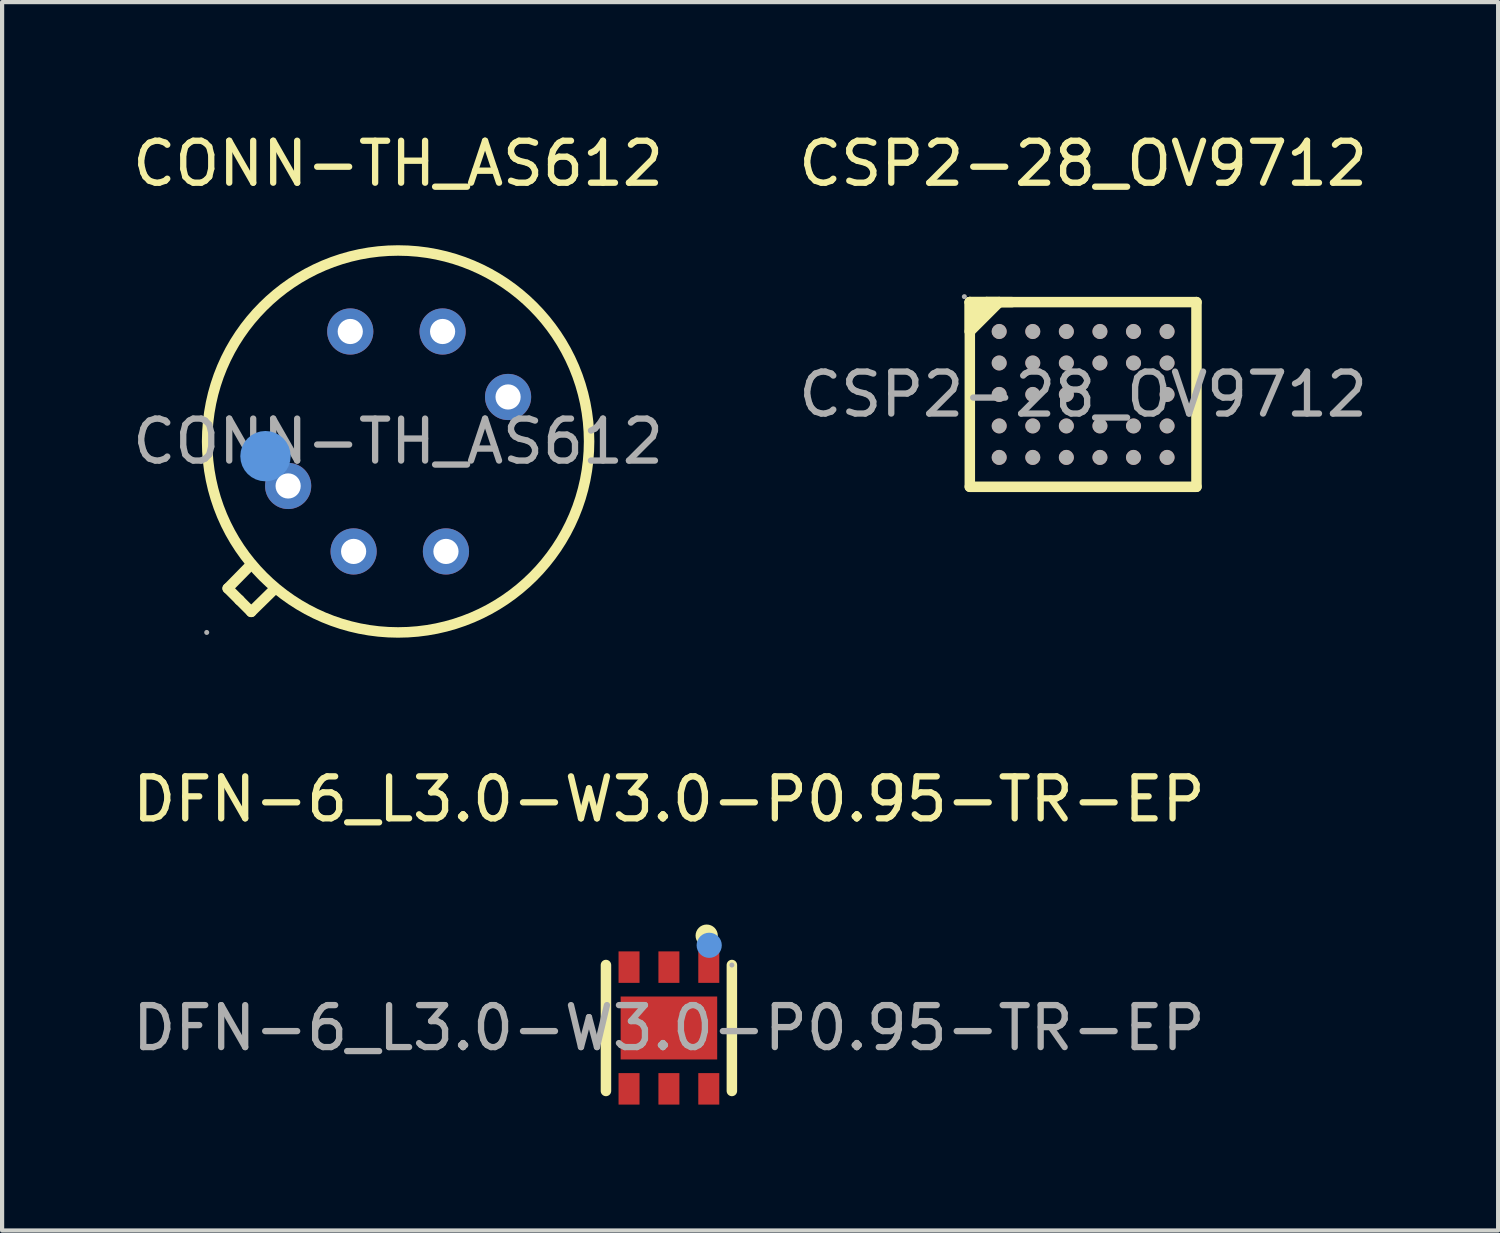
<source format=kicad_pcb>
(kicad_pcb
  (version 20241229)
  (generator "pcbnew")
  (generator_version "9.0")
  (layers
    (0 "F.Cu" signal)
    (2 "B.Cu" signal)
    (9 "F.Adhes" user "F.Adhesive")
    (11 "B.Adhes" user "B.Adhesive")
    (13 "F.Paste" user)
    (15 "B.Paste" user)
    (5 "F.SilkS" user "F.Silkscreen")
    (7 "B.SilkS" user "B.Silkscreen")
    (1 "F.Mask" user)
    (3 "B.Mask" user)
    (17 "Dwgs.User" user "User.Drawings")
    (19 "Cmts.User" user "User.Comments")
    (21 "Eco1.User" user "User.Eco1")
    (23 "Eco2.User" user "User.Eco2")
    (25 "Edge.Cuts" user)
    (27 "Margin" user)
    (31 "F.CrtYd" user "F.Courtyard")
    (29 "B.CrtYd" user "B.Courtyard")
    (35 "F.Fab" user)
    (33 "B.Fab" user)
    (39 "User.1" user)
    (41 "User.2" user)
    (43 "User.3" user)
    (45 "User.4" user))
  (footprint "CONN-TH_AS612"
    (layer "F.Cu")
    (at 6.435 7.468)
    (property "Reference" "CONN-TH_AS612" (at 0 -6.62 0) (layer "F.SilkS") (effects (font (size 1 1) (thickness 0.15))))
    (attr through_hole)
    (fp_line (start -4.06 3.5) (end -3.5 2.93) (stroke (width 0.25) (type solid)) (layer "F.SilkS"))
    (fp_line (start -3.78 3.78) (end -4.06 3.5) (stroke (width 0.25) (type solid)) (layer "F.SilkS"))
    (fp_line (start -3.78 3.78) (end -3.5 4.06) (stroke (width 0.25) (type solid)) (layer "F.SilkS"))
    (fp_line (start -3.5 2.93) (end -3.49 2.93) (stroke (width 0.25) (type solid)) (layer "F.SilkS"))
    (fp_line (start -3.5 4.06) (end -2.96 3.53) (stroke (width 0.25) (type solid)) (layer "F.SilkS"))
    (fp_line (start -2.96 3.53) (end -2.96 3.52) (stroke (width 0.25) (type solid)) (layer "F.SilkS"))
    (fp_circle (center 0 0) (end 4.55 0) (stroke (width 0.25) (type solid)) (fill no) (layer "F.SilkS"))
    (fp_circle (center -3.16 0.35) (end -2.86 0.35) (stroke (width 0.6) (type solid)) (fill no) (layer "Cmts.User"))
    (fp_circle (center -4.56 4.55) (end -4.53 4.55) (stroke (width 0.06) (type solid)) (fill no) (layer "F.Fab"))
    (fp_circle (center -2.62 1.06) (end -2.51 1.06) (stroke (width 0.22) (type solid)) (fill no) (layer "F.Fab"))
    (fp_circle (center -1.14 -2.62) (end -1.03 -2.62) (stroke (width 0.22) (type solid)) (fill no) (layer "F.Fab"))
    (fp_circle (center -1.06 2.62) (end -0.95 2.62) (stroke (width 0.22) (type solid)) (fill no) (layer "F.Fab"))
    (fp_circle (center 1.06 -2.62) (end 1.17 -2.62) (stroke (width 0.22) (type solid)) (fill no) (layer "F.Fab"))
    (fp_circle (center 1.14 2.62) (end 1.25 2.62) (stroke (width 0.22) (type solid)) (fill no) (layer "F.Fab"))
    (fp_circle (center 2.62 -1.06) (end 2.73 -1.06) (stroke (width 0.22) (type solid)) (fill no) (layer "F.Fab"))
    (fp_text user "${REFERENCE}" (at 0 0 0) (layer "F.Fab") (effects (font (size 1 1) (thickness 0.15))))
    (pad "1" thru_hole circle (at -2.62 1.06 90) (size 1.1 1.1) (drill 0.6) (layers "*.Cu" "*.Paste" "*.Mask"))
    (pad "2" thru_hole circle (at -1.06 2.62 270) (size 1.1 1.1) (drill 0.6) (layers "*.Cu" "*.Paste" "*.Mask"))
    (pad "3" thru_hole circle (at 1.14 2.62 270) (size 1.1 1.1) (drill 0.6) (layers "*.Cu" "*.Paste" "*.Mask"))
    (pad "4" thru_hole circle (at 2.62 -1.06 90) (size 1.1 1.1) (drill 0.6) (layers "*.Cu" "*.Paste" "*.Mask"))
    (pad "5" thru_hole circle (at 1.06 -2.62 90) (size 1.1 1.1) (drill 0.6) (layers "*.Cu" "*.Paste" "*.Mask"))
    (pad "6" thru_hole circle (at -1.14 -2.62 90) (size 1.1 1.1) (drill 0.6) (layers "*.Cu" "*.Paste" "*.Mask")))
  (footprint "DFN-6_L3.0-W3.0-P0.95-TR-EP"
    (layer "F.Cu")
    (at 12.887 21.442)
    (property "Reference" "DFN-6_L3.0-W3.0-P0.95-TR-EP" (at 0 -5.45 0) (layer "F.SilkS") (effects (font (size 1 1) (thickness 0.15))))
    (attr through_hole)
    (fp_line (start -1.5 1.5) (end -1.5 -1.5) (stroke (width 0.25) (type solid)) (layer "F.SilkS"))
    (fp_line (start 1.5 1.5) (end 1.5 -1.5) (stroke (width 0.25) (type solid)) (layer "F.SilkS"))
    (fp_circle (center 0.9 -2.2) (end 1.04 -2.2) (stroke (width 0.25) (type solid)) (fill no) (layer "F.SilkS"))
    (fp_circle (center 0.96 -1.97) (end 1.11 -1.97) (stroke (width 0.3) (type solid)) (fill no) (layer "Cmts.User"))
    (fp_circle (center 1.5 -1.5) (end 1.53 -1.5) (stroke (width 0.06) (type solid)) (fill no) (layer "F.Fab"))
    (fp_text user "${REFERENCE}" (at 0 0 0) (layer "F.Fab") (effects (font (size 1 1) (thickness 0.15))))
    (pad "1" smd rect (at 0.95 -1.45) (size 0.5 0.75) (layers "F.Cu" "F.Mask" "F.Paste"))
    (pad "2" smd rect (at 0 -1.45) (size 0.5 0.75) (layers "F.Cu" "F.Mask" "F.Paste"))
    (pad "3" smd rect (at -0.95 -1.45) (size 0.5 0.75) (layers "F.Cu" "F.Mask" "F.Paste"))
    (pad "4" smd rect (at -0.95 1.45) (size 0.5 0.75) (layers "F.Cu" "F.Mask" "F.Paste"))
    (pad "5" smd rect (at 0 1.45) (size 0.5 0.75) (layers "F.Cu" "F.Mask" "F.Paste"))
    (pad "6" smd rect (at 0.95 1.45) (size 0.5 0.75) (layers "F.Cu" "F.Mask" "F.Paste"))
    (pad "7" smd rect (at 0 0 90) (size 1.5 2.3) (layers "F.Cu" "F.Mask" "F.Paste")))
  (footprint "CSP2-28_OV9712"
    (layer "F.Cu")
    (at 22.756 6.348)
    (property "Reference" "CSP2-28_OV9712" (at 0 -5.5 0) (layer "F.SilkS") (effects (font (size 1 1) (thickness 0.15))))
    (attr through_hole)
    (fp_line (start -2.7 -2.2) (end -2.7 -1.5) (stroke (width 0.25) (type solid)) (layer "F.SilkS"))
    (fp_line (start -2.7 -2.2) (end 2.7 -2.2) (stroke (width 0.25) (type solid)) (layer "F.SilkS"))
    (fp_line (start -2.7 -1.5) (end -2 -2.2) (stroke (width 0.25) (type solid)) (layer "F.SilkS"))
    (fp_line (start -2.7 2.2) (end -2.7 -2.2) (stroke (width 0.25) (type solid)) (layer "F.SilkS"))
    (fp_line (start -2.3 -2.2) (end -2.6 -1.9) (stroke (width 0.25) (type solid)) (layer "F.SilkS"))
    (fp_line (start -2 -2.2) (end -2.3 -2.2) (stroke (width 0.25) (type solid)) (layer "F.SilkS"))
    (fp_line (start -1.7 -2.2) (end -2.7 -2.2) (stroke (width 0.25) (type solid)) (layer "F.SilkS"))
    (fp_line (start 2.7 -2.2) (end 2.7 2.2) (stroke (width 0.25) (type solid)) (layer "F.SilkS"))
    (fp_line (start 2.7 2.2) (end -2.7 2.2) (stroke (width 0.25) (type solid)) (layer "F.SilkS"))
    (fp_circle (center -2.83 -2.33) (end -2.8 -2.33) (stroke (width 0.06) (type solid)) (fill no) (layer "F.Fab"))
    (fp_circle (center -2 -1.5) (end -1.91 -1.5) (stroke (width 0.18) (type solid)) (fill no) (layer "F.Fab"))
    (fp_circle (center -2 -0.75) (end -1.91 -0.75) (stroke (width 0.18) (type solid)) (fill no) (layer "F.Fab"))
    (fp_circle (center -2 0) (end -1.91 0) (stroke (width 0.18) (type solid)) (fill no) (layer "F.Fab"))
    (fp_circle (center -2 0.75) (end -1.91 0.75) (stroke (width 0.18) (type solid)) (fill no) (layer "F.Fab"))
    (fp_circle (center -2 1.5) (end -1.91 1.5) (stroke (width 0.18) (type solid)) (fill no) (layer "F.Fab"))
    (fp_circle (center -1.2 -1.5) (end -1.11 -1.5) (stroke (width 0.18) (type solid)) (fill no) (layer "F.Fab"))
    (fp_circle (center -1.2 -0.75) (end -1.11 -0.75) (stroke (width 0.18) (type solid)) (fill no) (layer "F.Fab"))
    (fp_circle (center -1.2 0) (end -1.11 0) (stroke (width 0.18) (type solid)) (fill no) (layer "F.Fab"))
    (fp_circle (center -1.2 0.75) (end -1.11 0.75) (stroke (width 0.18) (type solid)) (fill no) (layer "F.Fab"))
    (fp_circle (center -1.2 1.5) (end -1.11 1.5) (stroke (width 0.18) (type solid)) (fill no) (layer "F.Fab"))
    (fp_circle (center -0.4 -1.5) (end -0.31 -1.5) (stroke (width 0.18) (type solid)) (fill no) (layer "F.Fab"))
    (fp_circle (center -0.4 -0.75) (end -0.31 -0.75) (stroke (width 0.18) (type solid)) (fill no) (layer "F.Fab"))
    (fp_circle (center -0.4 0) (end -0.31 0) (stroke (width 0.18) (type solid)) (fill no) (layer "F.Fab"))
    (fp_circle (center -0.4 0.75) (end -0.31 0.75) (stroke (width 0.18) (type solid)) (fill no) (layer "F.Fab"))
    (fp_circle (center -0.4 1.5) (end -0.31 1.5) (stroke (width 0.18) (type solid)) (fill no) (layer "F.Fab"))
    (fp_circle (center 0.4 -1.5) (end 0.49 -1.5) (stroke (width 0.18) (type solid)) (fill no) (layer "F.Fab"))
    (fp_circle (center 0.4 -0.75) (end 0.49 -0.75) (stroke (width 0.18) (type solid)) (fill no) (layer "F.Fab"))
    (fp_circle (center 0.4 0.75) (end 0.49 0.75) (stroke (width 0.18) (type solid)) (fill no) (layer "F.Fab"))
    (fp_circle (center 0.4 1.5) (end 0.49 1.5) (stroke (width 0.18) (type solid)) (fill no) (layer "F.Fab"))
    (fp_circle (center 1.2 -1.5) (end 1.29 -1.5) (stroke (width 0.18) (type solid)) (fill no) (layer "F.Fab"))
    (fp_circle (center 1.2 -0.75) (end 1.29 -0.75) (stroke (width 0.18) (type solid)) (fill no) (layer "F.Fab"))
    (fp_circle (center 1.2 0.75) (end 1.29 0.75) (stroke (width 0.18) (type solid)) (fill no) (layer "F.Fab"))
    (fp_circle (center 1.2 1.5) (end 1.29 1.5) (stroke (width 0.18) (type solid)) (fill no) (layer "F.Fab"))
    (fp_circle (center 2 -1.5) (end 2.09 -1.5) (stroke (width 0.18) (type solid)) (fill no) (layer "F.Fab"))
    (fp_circle (center 2 -0.75) (end 2.09 -0.75) (stroke (width 0.18) (type solid)) (fill no) (layer "F.Fab"))
    (fp_circle (center 2 0) (end 2.09 0) (stroke (width 0.18) (type solid)) (fill no) (layer "F.Fab"))
    (fp_circle (center 2 0.75) (end 2.09 0.75) (stroke (width 0.18) (type solid)) (fill no) (layer "F.Fab"))
    (fp_circle (center 2 1.5) (end 2.09 1.5) (stroke (width 0.18) (type solid)) (fill no) (layer "F.Fab"))
    (fp_text user "${REFERENCE}" (at 0 0 0) (layer "F.Fab") (effects (font (size 1 1) (thickness 0.15))))
    (pad "A1" smd circle (at -2 -1.5) (size 0.35 0.35) (layers "F.Cu" "F.Mask" "F.Paste"))
    (pad "A2" smd circle (at -1.2 -1.5) (size 0.35 0.35) (layers "F.Cu" "F.Mask" "F.Paste"))
    (pad "A3" smd circle (at -0.4 -1.5) (size 0.35 0.35) (layers "F.Cu" "F.Mask" "F.Paste"))
    (pad "A4" smd circle (at 0.4 -1.5) (size 0.35 0.35) (layers "F.Cu" "F.Mask" "F.Paste"))
    (pad "A5" smd circle (at 1.2 -1.5) (size 0.35 0.35) (layers "F.Cu" "F.Mask" "F.Paste"))
    (pad "A6" smd circle (at 2 -1.5) (size 0.35 0.35) (layers "F.Cu" "F.Mask" "F.Paste"))
    (pad "B1" smd circle (at -2 -0.75) (size 0.35 0.35) (layers "F.Cu" "F.Mask" "F.Paste"))
    (pad "B2" smd circle (at -1.2 -0.75) (size 0.35 0.35) (layers "F.Cu" "F.Mask" "F.Paste"))
    (pad "B3" smd circle (at -0.4 -0.75) (size 0.35 0.35) (layers "F.Cu" "F.Mask" "F.Paste"))
    (pad "B4" smd circle (at 0.4 -0.75) (size 0.35 0.35) (layers "F.Cu" "F.Mask" "F.Paste"))
    (pad "B5" smd circle (at 1.2 -0.75) (size 0.35 0.35) (layers "F.Cu" "F.Mask" "F.Paste"))
    (pad "B6" smd circle (at 2 -0.75) (size 0.35 0.35) (layers "F.Cu" "F.Mask" "F.Paste"))
    (pad "C1" smd circle (at -2 0) (size 0.35 0.35) (layers "F.Cu" "F.Mask" "F.Paste"))
    (pad "C2" smd circle (at -1.2 0) (size 0.35 0.35) (layers "F.Cu" "F.Mask" "F.Paste"))
    (pad "C3" smd circle (at -0.4 0) (size 0.35 0.35) (layers "F.Cu" "F.Mask" "F.Paste"))
    (pad "C6" smd circle (at 2 0) (size 0.35 0.35) (layers "F.Cu" "F.Mask" "F.Paste"))
    (pad "D1" smd circle (at -2 0.75) (size 0.35 0.35) (layers "F.Cu" "F.Mask" "F.Paste"))
    (pad "D2" smd circle (at -1.2 0.75) (size 0.35 0.35) (layers "F.Cu" "F.Mask" "F.Paste"))
    (pad "D3" smd circle (at -0.4 0.75) (size 0.35 0.35) (layers "F.Cu" "F.Mask" "F.Paste"))
    (pad "D4" smd circle (at 0.4 0.75) (size 0.35 0.35) (layers "F.Cu" "F.Mask" "F.Paste"))
    (pad "D5" smd circle (at 1.2 0.75) (size 0.35 0.35) (layers "F.Cu" "F.Mask" "F.Paste"))
    (pad "D6" smd circle (at 2 0.75) (size 0.35 0.35) (layers "F.Cu" "F.Mask" "F.Paste"))
    (pad "E1" smd circle (at -2 1.5) (size 0.35 0.35) (layers "F.Cu" "F.Mask" "F.Paste"))
    (pad "E2" smd circle (at -1.2 1.5) (size 0.35 0.35) (layers "F.Cu" "F.Mask" "F.Paste"))
    (pad "E3" smd circle (at -0.4 1.5) (size 0.35 0.35) (layers "F.Cu" "F.Mask" "F.Paste"))
    (pad "E4" smd circle (at 0.4 1.5) (size 0.35 0.35) (layers "F.Cu" "F.Mask" "F.Paste"))
    (pad "E5" smd circle (at 1.2 1.5) (size 0.35 0.35) (layers "F.Cu" "F.Mask" "F.Paste"))
    (pad "E6" smd circle (at 2 1.5) (size 0.35 0.35) (layers "F.Cu" "F.Mask" "F.Paste")))
  (gr_rect
    (start -3 -3)
    (end 32.643 26.267)
    (stroke (width 0.1) (type default))
    (fill no)
    (layer "Edge.Cuts")))
</source>
